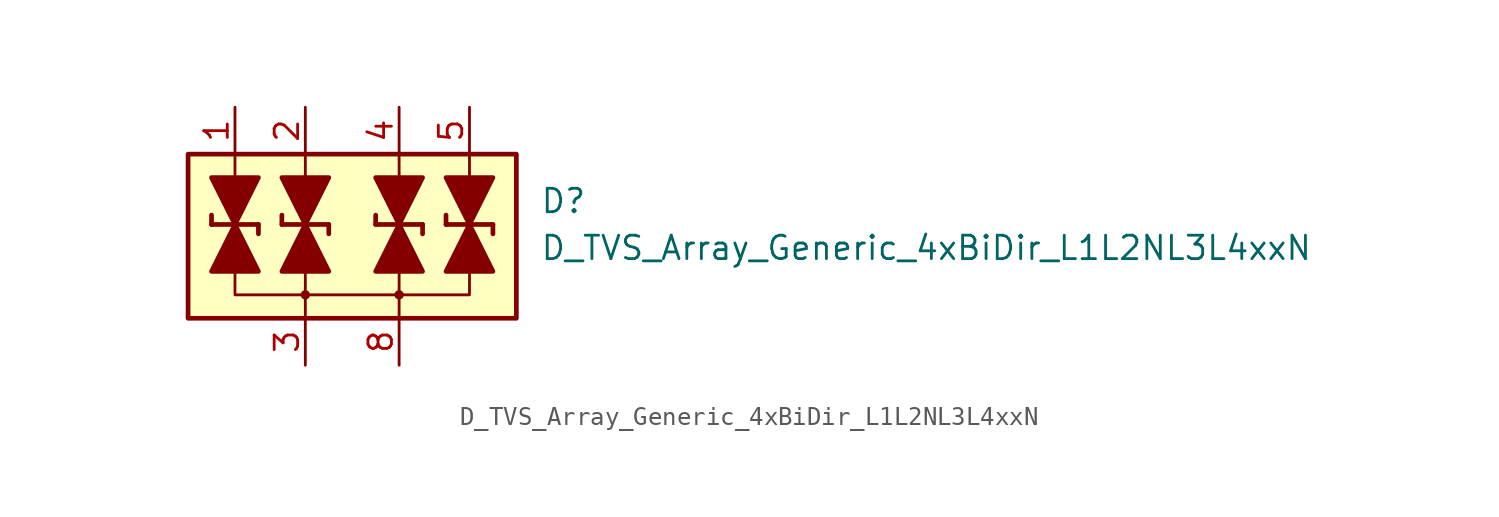
<source format=kicad_sym>
(kicad_symbol_lib
  (version 20231120)
  (generator "kicad_symbol_editor")
  (generator_version "8.0")
  (symbol "D_TVS_Array_Generic_4xBiDir_L1L2NL3L4xxN"
    (pin_names
      (offset 1.016) hide)
    (property "Reference" "D"
      (at 10.16 1.27 0)
      (effects (font (size 1.27 1.27)) (justify left)))
    (property "Value" "D_TVS_Array_Generic_4xBiDir_L1L2NL3L4xxN"
      (at 10.16 -1.27 0)
      (effects (font (size 1.27 1.27)) (justify left)))
    (symbol "D_TVS_Array_Generic_4xBiDir_L1L2NL3L4xxN_0_1"
      (rectangle (start -8.89 3.81) (end 8.89 -5.08) (stroke (width 0.254) (type default)) (fill (type background)))
      (polyline (pts (xy -6.35 2.54) (xy -6.35 1.27)) (stroke (width 0) (type default)) (fill (type none)))
      (polyline (pts (xy -6.35 2.54) (xy -6.35 3.81)) (stroke (width 0) (type default)) (fill (type none)))
      (polyline (pts (xy -2.54 -5.08) (xy -2.54 -3.81)) (stroke (width 0) (type default)) (fill (type none)))
      (polyline (pts (xy -2.54 -2.54) (xy -2.54 -3.81)) (stroke (width 0) (type default)) (fill (type none)))
      (polyline (pts (xy -2.54 2.54) (xy -2.54 1.27)) (stroke (width 0) (type default)) (fill (type none)))
      (polyline (pts (xy -2.54 2.54) (xy -2.54 3.81)) (stroke (width 0) (type default)) (fill (type none)))
      (polyline (pts (xy 2.54 -5.08) (xy 2.54 -3.81)) (stroke (width 0) (type default)) (fill (type none)))
      (polyline (pts (xy 2.54 -2.54) (xy 2.54 -3.81)) (stroke (width 0) (type default)) (fill (type none)))
      (polyline (pts (xy 2.54 2.54) (xy 2.54 1.27)) (stroke (width 0) (type default)) (fill (type none)))
      (polyline (pts (xy 2.54 2.54) (xy 2.54 3.81)) (stroke (width 0) (type default)) (fill (type none)))
      (polyline (pts (xy 6.35 2.54) (xy 6.35 1.27)) (stroke (width 0) (type default)) (fill (type none)))
      (polyline (pts (xy 6.35 2.54) (xy 6.35 3.81)) (stroke (width 0) (type default)) (fill (type none)))
      (polyline (pts (xy -6.35 -2.54) (xy -6.35 -3.81) (xy 6.35 -3.81) (xy 6.35 -2.54)) (stroke (width 0) (type default)) (fill (type none))))
    (symbol "D_TVS_Array_Generic_4xBiDir_L1L2NL3L4xxN_1_1"
      (circle (center -2.54 -3.81) (radius 0.178) (stroke (width 0) (type default)) (fill (type outline)))
      (polyline (pts (xy -7.62 0) (xy -7.62 0.508)) (stroke (width 0.254) (type default)) (fill (type none)))
      (polyline (pts (xy -7.62 0) (xy -5.08 0)) (stroke (width 0.254) (type default)) (fill (type none)))
      (polyline (pts (xy -6.35 1.27) (xy -6.35 -1.27)) (stroke (width 0) (type default)) (fill (type none)))
      (polyline (pts (xy -5.08 0) (xy -5.08 -0.508)) (stroke (width 0.254) (type default)) (fill (type none)))
      (polyline (pts (xy -3.81 0) (xy -3.81 0.508)) (stroke (width 0.254) (type default)) (fill (type none)))
      (polyline (pts (xy -3.81 0) (xy -1.27 0)) (stroke (width 0.254) (type default)) (fill (type none)))
      (polyline (pts (xy -2.54 1.27) (xy -2.54 -1.27)) (stroke (width 0) (type default)) (fill (type none)))
      (polyline (pts (xy -1.27 0) (xy -1.27 -0.508)) (stroke (width 0.254) (type default)) (fill (type none)))
      (polyline (pts (xy 1.27 0) (xy 1.27 0.508)) (stroke (width 0.254) (type default)) (fill (type none)))
      (polyline (pts (xy 1.27 0) (xy 3.81 0)) (stroke (width 0.254) (type default)) (fill (type none)))
      (polyline (pts (xy 2.54 1.27) (xy 2.54 -1.27)) (stroke (width 0) (type default)) (fill (type none)))
      (polyline (pts (xy 3.81 0) (xy 3.81 -0.508)) (stroke (width 0.254) (type default)) (fill (type none)))
      (polyline (pts (xy 5.08 0) (xy 5.08 0.508)) (stroke (width 0.254) (type default)) (fill (type none)))
      (polyline (pts (xy 5.08 0) (xy 7.62 0)) (stroke (width 0.254) (type default)) (fill (type none)))
      (polyline (pts (xy 6.35 1.27) (xy 6.35 -1.27)) (stroke (width 0) (type default)) (fill (type none)))
      (polyline (pts (xy 7.62 0) (xy 7.62 -0.508)) (stroke (width 0.254) (type default)) (fill (type none)))
      (polyline (pts (xy -7.62 2.54) (xy -5.08 2.54) (xy -6.35 0) (xy -7.62 2.54)) (stroke (width 0.254) (type default)) (fill (type outline)))
      (polyline (pts (xy -6.35 0) (xy -7.62 -2.54) (xy -5.08 -2.54) (xy -6.35 0)) (stroke (width 0.254) (type default)) (fill (type outline)))
      (polyline (pts (xy -3.81 2.54) (xy -1.27 2.54) (xy -2.54 0) (xy -3.81 2.54)) (stroke (width 0.254) (type default)) (fill (type outline)))
      (polyline (pts (xy -2.54 0) (xy -3.81 -2.54) (xy -1.27 -2.54) (xy -2.54 0)) (stroke (width 0.254) (type default)) (fill (type outline)))
      (polyline (pts (xy 1.27 2.54) (xy 3.81 2.54) (xy 2.54 0) (xy 1.27 2.54)) (stroke (width 0.254) (type default)) (fill (type outline)))
      (polyline (pts (xy 2.54 0) (xy 1.27 -2.54) (xy 3.81 -2.54) (xy 2.54 0)) (stroke (width 0.254) (type default)) (fill (type outline)))
      (polyline (pts (xy 5.08 2.54) (xy 7.62 2.54) (xy 6.35 0) (xy 5.08 2.54)) (stroke (width 0.254) (type default)) (fill (type outline)))
      (polyline (pts (xy 6.35 0) (xy 5.08 -2.54) (xy 7.62 -2.54) (xy 6.35 0)) (stroke (width 0.254) (type default)) (fill (type outline)))
      (circle (center 2.54 -3.81) (radius 0.178) (stroke (width 0) (type default)) (fill (type outline)))
      (pin passive line (at -6.35 6.35 270) (length 2.54) (name "L1" (effects (font (size 1.27 1.27)))) (number "1" (effects (font (size 1.27 1.27)))))
      (pin passive line (at -2.54 6.35 270) (length 2.54) (name "L2" (effects (font (size 1.27 1.27)))) (number "2" (effects (font (size 1.27 1.27)))))
      (pin passive line (at -2.54 -7.62 90) (length 2.54) (name "VN" (effects (font (size 1.27 1.27)))) (number "3" (effects (font (size 1.27 1.27)))))
      (pin passive line (at 2.54 6.35 270) (length 2.54) (name "L3" (effects (font (size 1.27 1.27)))) (number "4" (effects (font (size 1.27 1.27)))))
      (pin passive line (at 6.35 6.35 270) (length 2.54) (name "L4" (effects (font (size 1.27 1.27)))) (number "5" (effects (font (size 1.27 1.27)))))
      (pin free line (at 3.81 1.27 0) (length 2.54) hide (name "NC" (effects (font (size 1.27 1.27)))) (number "6" (effects (font (size 1.27 1.27)))))
      (pin free line (at 3.81 -1.27 0) (length 2.54) hide (name "NC" (effects (font (size 1.27 1.27)))) (number "7" (effects (font (size 1.27 1.27)))))
      (pin passive line (at 2.54 -7.62 90) (length 2.54) (name "VN" (effects (font (size 1.27 1.27)))) (number "8" (effects (font (size 1.27 1.27))))))))
</source>
